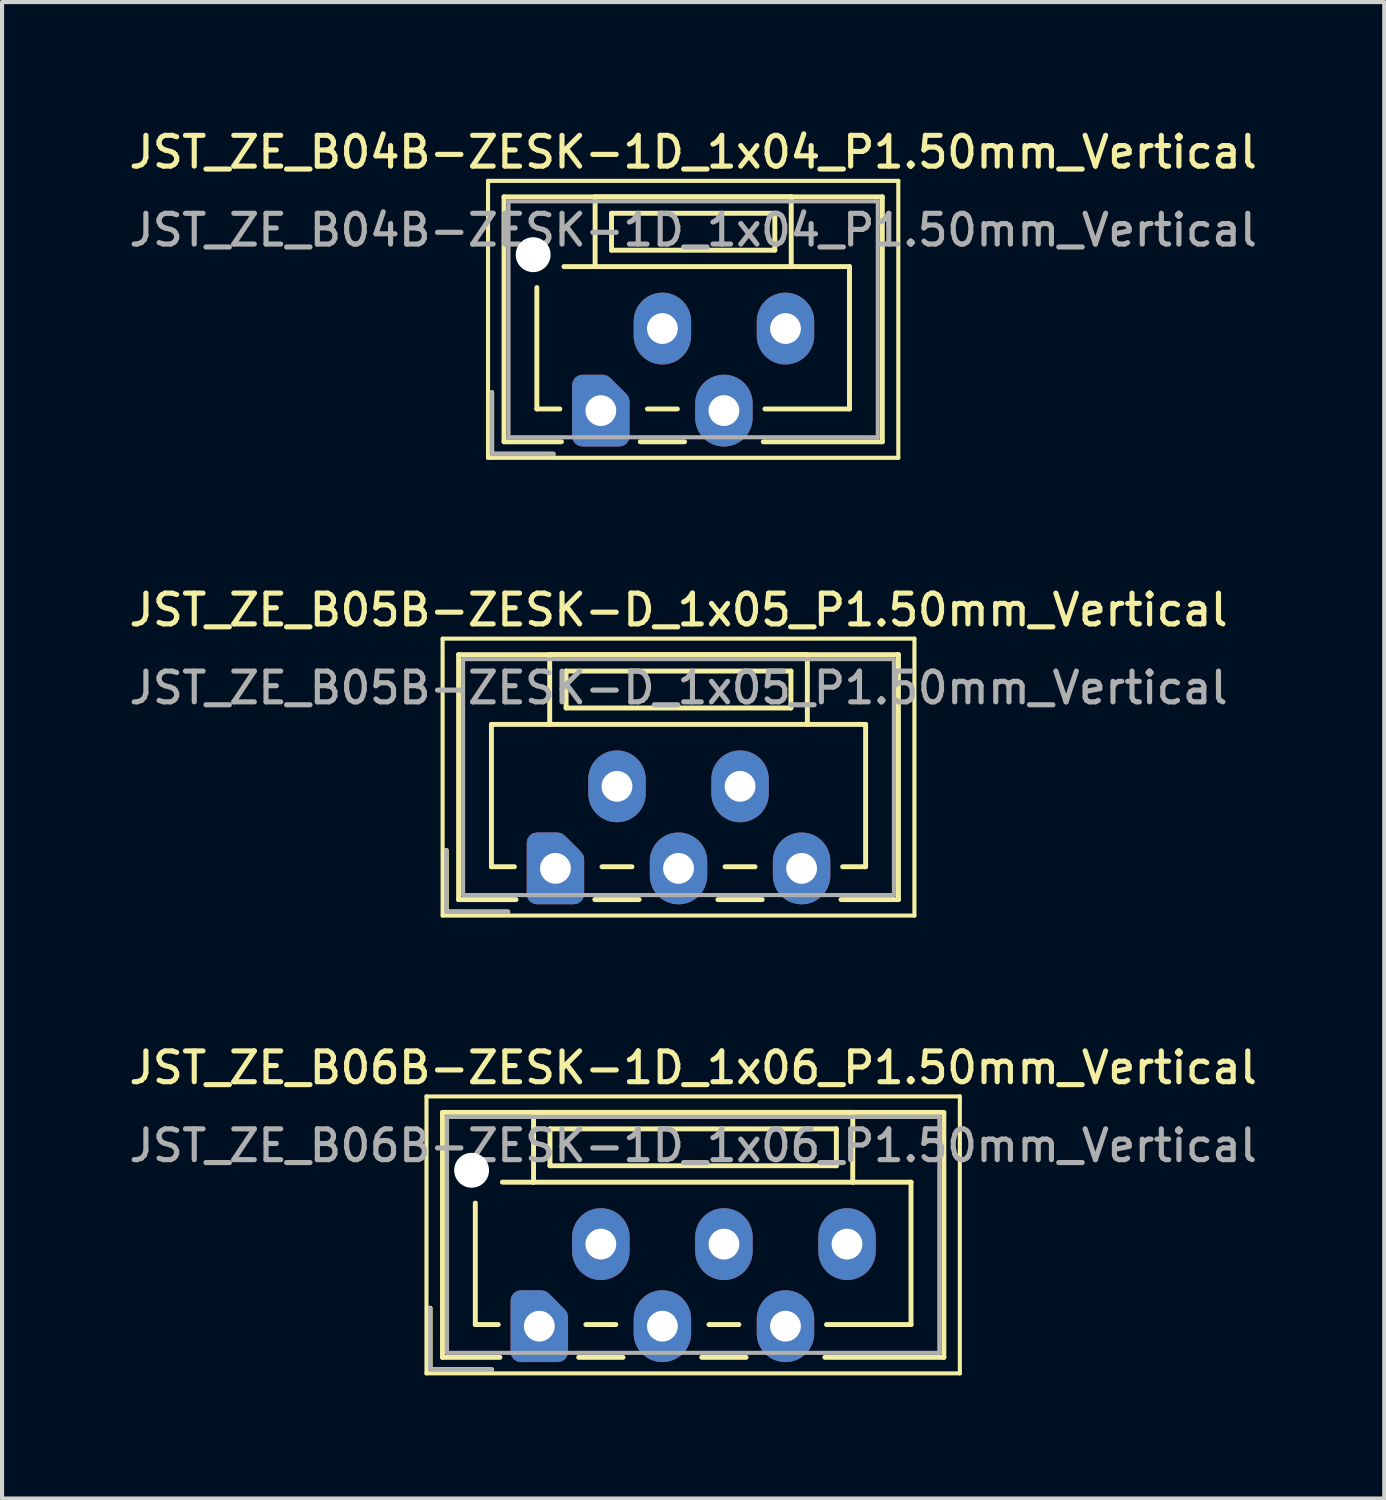
<source format=kicad_pcb>
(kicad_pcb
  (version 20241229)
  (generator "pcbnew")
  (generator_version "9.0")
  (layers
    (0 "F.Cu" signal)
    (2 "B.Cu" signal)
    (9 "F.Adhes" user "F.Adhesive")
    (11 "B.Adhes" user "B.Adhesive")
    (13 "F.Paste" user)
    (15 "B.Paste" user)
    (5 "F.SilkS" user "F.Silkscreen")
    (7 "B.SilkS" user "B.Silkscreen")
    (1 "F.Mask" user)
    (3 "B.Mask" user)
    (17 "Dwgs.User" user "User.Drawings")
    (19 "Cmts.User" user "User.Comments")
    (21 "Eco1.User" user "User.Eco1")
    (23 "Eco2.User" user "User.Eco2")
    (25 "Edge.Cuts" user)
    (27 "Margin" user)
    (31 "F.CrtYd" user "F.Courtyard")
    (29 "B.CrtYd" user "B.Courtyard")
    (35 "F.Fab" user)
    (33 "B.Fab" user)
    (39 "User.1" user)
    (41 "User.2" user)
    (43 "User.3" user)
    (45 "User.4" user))
  (footprint "JST_ZE_B06B-ZESK-1D_1x06_P1.50mm_Vertical"
    (layer "F.Cu")
    (at 10.095 29.274)
    (property "Reference" "JST_ZE_B06B-ZESK-1D_1x06_P1.50mm_Vertical" (at 3.75 -6.3 0) (layer "F.SilkS") (effects (font (size 0.75 0.75) (thickness 0.125))))
    (attr through_hole)
    (fp_line (start -2.75 -5.6) (end -2.75 1.15) (stroke (width 0.1) (type solid)) (layer "F.SilkS"))
    (fp_line (start -2.75 1.15) (end 10.25 1.15) (stroke (width 0.1) (type solid)) (layer "F.SilkS"))
    (fp_line (start -2.66 -0.44) (end -2.66 1.06) (stroke (width 0.12) (type solid)) (layer "F.SilkS"))
    (fp_line (start -2.66 1.06) (end -1.16 1.06) (stroke (width 0.12) (type solid)) (layer "F.SilkS"))
    (fp_line (start -2.36 -5.21) (end 9.86 -5.21) (stroke (width 0.12) (type solid)) (layer "F.SilkS"))
    (fp_line (start -2.36 0.76) (end -2.36 -5.21) (stroke (width 0.12) (type solid)) (layer "F.SilkS"))
    (fp_line (start -1.56 -3) (end -1.56 -0.04) (stroke (width 0.12) (type solid)) (layer "F.SilkS"))
    (fp_line (start -1.56 -0.04) (end -1 -0.04) (stroke (width 0.12) (type solid)) (layer "F.SilkS"))
    (fp_line (start -0.96 0.76) (end -2.36 0.76) (stroke (width 0.12) (type solid)) (layer "F.SilkS"))
    (fp_line (start -0.14 -5.21) (end -0.14 -3.51) (stroke (width 0.12) (type solid)) (layer "F.SilkS"))
    (fp_line (start -0.14 -3.51) (end -0.9 -3.51) (stroke (width 0.12) (type solid)) (layer "F.SilkS"))
    (fp_line (start -0.14 -3.51) (end 7.64 -3.51) (stroke (width 0.12) (type solid)) (layer "F.SilkS"))
    (fp_line (start 0.26 -4.81) (end 0.26 -3.91) (stroke (width 0.12) (type solid)) (layer "F.SilkS"))
    (fp_line (start 0.26 -3.91) (end 7.24 -3.91) (stroke (width 0.12) (type solid)) (layer "F.SilkS"))
    (fp_line (start 0.96 0.76) (end 2.04 0.76) (stroke (width 0.12) (type solid)) (layer "F.SilkS"))
    (fp_line (start 1.135 -0.04) (end 1.865 -0.04) (stroke (width 0.12) (type solid)) (layer "F.SilkS"))
    (fp_line (start 3.96 0.76) (end 5.04 0.76) (stroke (width 0.12) (type solid)) (layer "F.SilkS"))
    (fp_line (start 4.135 -0.04) (end 4.865 -0.04) (stroke (width 0.12) (type solid)) (layer "F.SilkS"))
    (fp_line (start 7.24 -4.81) (end 0.26 -4.81) (stroke (width 0.12) (type solid)) (layer "F.SilkS"))
    (fp_line (start 7.24 -3.91) (end 7.24 -4.81) (stroke (width 0.12) (type solid)) (layer "F.SilkS"))
    (fp_line (start 7.64 -5.21) (end -0.14 -5.21) (stroke (width 0.12) (type solid)) (layer "F.SilkS"))
    (fp_line (start 7.64 -3.51) (end 7.64 -5.21) (stroke (width 0.12) (type solid)) (layer "F.SilkS"))
    (fp_line (start 7.64 -3.51) (end 9.06 -3.51) (stroke (width 0.12) (type solid)) (layer "F.SilkS"))
    (fp_line (start 9.06 -3.51) (end 9.06 -0.04) (stroke (width 0.12) (type solid)) (layer "F.SilkS"))
    (fp_line (start 9.06 -0.04) (end 7 -0.04) (stroke (width 0.12) (type solid)) (layer "F.SilkS"))
    (fp_line (start 9.86 -5.21) (end 9.86 0.76) (stroke (width 0.12) (type solid)) (layer "F.SilkS"))
    (fp_line (start 9.86 0.76) (end 6.96 0.76) (stroke (width 0.12) (type solid)) (layer "F.SilkS"))
    (fp_line (start 10.25 -5.6) (end -2.75 -5.6) (stroke (width 0.1) (type solid)) (layer "F.SilkS"))
    (fp_line (start 10.25 1.15) (end 10.25 -5.6) (stroke (width 0.1) (type solid)) (layer "F.SilkS"))
    (fp_line (start -2.66 -0.44) (end -2.66 1.06) (stroke (width 0.1) (type solid)) (layer "F.Fab"))
    (fp_line (start -2.66 1.06) (end -1.16 1.06) (stroke (width 0.1) (type solid)) (layer "F.Fab"))
    (fp_line (start -2.25 -5.1) (end -2.25 0.65) (stroke (width 0.1) (type solid)) (layer "F.Fab"))
    (fp_line (start -2.25 0.65) (end 9.75 0.65) (stroke (width 0.1) (type solid)) (layer "F.Fab"))
    (fp_line (start 9.75 -5.1) (end -2.25 -5.1) (stroke (width 0.1) (type solid)) (layer "F.Fab"))
    (fp_line (start 9.75 0.65) (end 9.75 -5.1) (stroke (width 0.1) (type solid)) (layer "F.Fab"))
    (fp_text user "${REFERENCE}" (at 3.75 -4.4 0) (layer "F.Fab") (effects (font (size 0.75 0.75) (thickness 0.125))))
    (pad "" np_thru_hole circle (at -1.65 -3.8) (size 0.85 0.85) (drill 0.85) (layers "*.Cu" "*.Mask"))
    (pad "1" thru_hole custom (at 0 0) (size 1.117 1.117) (drill 0.75) (layers "*.Cu" "*.Mask") (options (anchor circle)) (primitives (gr_poly (pts (xy 0.45 -0.225) (xy 0.45 0.625) (xy -0.45 0.625) (xy -0.45 -0.625) (xy 0.05 -0.625)) (width 0.5) (fill yes))))
    (pad "2" thru_hole oval (at 1.5 -2) (size 1.4 1.75) (drill 0.75) (layers "*.Cu" "*.Mask"))
    (pad "3" thru_hole oval (at 3 0) (size 1.4 1.75) (drill 0.75) (layers "*.Cu" "*.Mask"))
    (pad "4" thru_hole oval (at 4.5 -2) (size 1.4 1.75) (drill 0.75) (layers "*.Cu" "*.Mask"))
    (pad "5" thru_hole oval (at 6 0) (size 1.4 1.75) (drill 0.75) (layers "*.Cu" "*.Mask"))
    (pad "6" thru_hole oval (at 7.5 -2) (size 1.4 1.75) (drill 0.75) (layers "*.Cu" "*.Mask")))
  (footprint "JST_ZE_B05B-ZESK-D_1x05_P1.50mm_Vertical"
    (layer "F.Cu")
    (at 10.488 18.116)
    (property "Reference" "JST_ZE_B05B-ZESK-D_1x05_P1.50mm_Vertical" (at 3 -6.3 0) (layer "F.SilkS") (effects (font (size 0.75 0.75) (thickness 0.125))))
    (attr through_hole)
    (fp_line (start -2.75 -5.6) (end -2.75 1.15) (stroke (width 0.1) (type solid)) (layer "F.SilkS"))
    (fp_line (start -2.75 1.15) (end 8.75 1.15) (stroke (width 0.1) (type solid)) (layer "F.SilkS"))
    (fp_line (start -2.66 -0.44) (end -2.66 1.06) (stroke (width 0.12) (type solid)) (layer "F.SilkS"))
    (fp_line (start -2.66 1.06) (end -1.16 1.06) (stroke (width 0.12) (type solid)) (layer "F.SilkS"))
    (fp_line (start -2.36 -5.21) (end 8.36 -5.21) (stroke (width 0.12) (type solid)) (layer "F.SilkS"))
    (fp_line (start -2.36 0.76) (end -2.36 -5.21) (stroke (width 0.12) (type solid)) (layer "F.SilkS"))
    (fp_line (start -1.56 -3.51) (end -1.56 -0.04) (stroke (width 0.12) (type solid)) (layer "F.SilkS"))
    (fp_line (start -1.56 -0.04) (end -1 -0.04) (stroke (width 0.12) (type solid)) (layer "F.SilkS"))
    (fp_line (start -0.96 0.76) (end -2.36 0.76) (stroke (width 0.12) (type solid)) (layer "F.SilkS"))
    (fp_line (start -0.14 -5.21) (end -0.14 -3.51) (stroke (width 0.12) (type solid)) (layer "F.SilkS"))
    (fp_line (start -0.14 -3.51) (end -1.56 -3.51) (stroke (width 0.12) (type solid)) (layer "F.SilkS"))
    (fp_line (start -0.14 -3.51) (end 6.14 -3.51) (stroke (width 0.12) (type solid)) (layer "F.SilkS"))
    (fp_line (start 0.26 -4.81) (end 0.26 -3.91) (stroke (width 0.12) (type solid)) (layer "F.SilkS"))
    (fp_line (start 0.26 -3.91) (end 5.74 -3.91) (stroke (width 0.12) (type solid)) (layer "F.SilkS"))
    (fp_line (start 0.96 0.76) (end 2.04 0.76) (stroke (width 0.12) (type solid)) (layer "F.SilkS"))
    (fp_line (start 1.135 -0.04) (end 1.865 -0.04) (stroke (width 0.12) (type solid)) (layer "F.SilkS"))
    (fp_line (start 3.96 0.76) (end 5.04 0.76) (stroke (width 0.12) (type solid)) (layer "F.SilkS"))
    (fp_line (start 4.135 -0.04) (end 4.865 -0.04) (stroke (width 0.12) (type solid)) (layer "F.SilkS"))
    (fp_line (start 5.74 -4.81) (end 0.26 -4.81) (stroke (width 0.12) (type solid)) (layer "F.SilkS"))
    (fp_line (start 5.74 -3.91) (end 5.74 -4.81) (stroke (width 0.12) (type solid)) (layer "F.SilkS"))
    (fp_line (start 6.14 -5.21) (end -0.14 -5.21) (stroke (width 0.12) (type solid)) (layer "F.SilkS"))
    (fp_line (start 6.14 -3.51) (end 6.14 -5.21) (stroke (width 0.12) (type solid)) (layer "F.SilkS"))
    (fp_line (start 6.14 -3.51) (end 7.56 -3.51) (stroke (width 0.12) (type solid)) (layer "F.SilkS"))
    (fp_line (start 7.56 -3.51) (end 7.56 -0.04) (stroke (width 0.12) (type solid)) (layer "F.SilkS"))
    (fp_line (start 7.56 -0.04) (end 7 -0.04) (stroke (width 0.12) (type solid)) (layer "F.SilkS"))
    (fp_line (start 8.36 -5.21) (end 8.36 0.76) (stroke (width 0.12) (type solid)) (layer "F.SilkS"))
    (fp_line (start 8.36 0.76) (end 6.96 0.76) (stroke (width 0.12) (type solid)) (layer "F.SilkS"))
    (fp_line (start 8.75 -5.6) (end -2.75 -5.6) (stroke (width 0.1) (type solid)) (layer "F.SilkS"))
    (fp_line (start 8.75 1.15) (end 8.75 -5.6) (stroke (width 0.1) (type solid)) (layer "F.SilkS"))
    (fp_line (start -2.66 -0.44) (end -2.66 1.06) (stroke (width 0.1) (type solid)) (layer "F.Fab"))
    (fp_line (start -2.66 1.06) (end -1.16 1.06) (stroke (width 0.1) (type solid)) (layer "F.Fab"))
    (fp_line (start -2.25 -5.1) (end -2.25 0.65) (stroke (width 0.1) (type solid)) (layer "F.Fab"))
    (fp_line (start -2.25 0.65) (end 8.25 0.65) (stroke (width 0.1) (type solid)) (layer "F.Fab"))
    (fp_line (start 8.25 -5.1) (end -2.25 -5.1) (stroke (width 0.1) (type solid)) (layer "F.Fab"))
    (fp_line (start 8.25 0.65) (end 8.25 -5.1) (stroke (width 0.1) (type solid)) (layer "F.Fab"))
    (fp_text user "${REFERENCE}" (at 3 -4.4 0) (layer "F.Fab") (effects (font (size 0.75 0.75) (thickness 0.125))))
    (pad "1" thru_hole custom (at 0 0) (size 1.117 1.117) (drill 0.75) (layers "*.Cu" "*.Mask") (options (anchor circle)) (primitives (gr_poly (pts (xy 0.45 -0.225) (xy 0.45 0.625) (xy -0.45 0.625) (xy -0.45 -0.625) (xy 0.05 -0.625)) (width 0.5) (fill yes))))
    (pad "2" thru_hole oval (at 1.5 -2) (size 1.4 1.75) (drill 0.75) (layers "*.Cu" "*.Mask"))
    (pad "3" thru_hole oval (at 3 0) (size 1.4 1.75) (drill 0.75) (layers "*.Cu" "*.Mask"))
    (pad "4" thru_hole oval (at 4.5 -2) (size 1.4 1.75) (drill 0.75) (layers "*.Cu" "*.Mask"))
    (pad "5" thru_hole oval (at 6 0) (size 1.4 1.75) (drill 0.75) (layers "*.Cu" "*.Mask")))
  (footprint "JST_ZE_B04B-ZESK-1D_1x04_P1.50mm_Vertical"
    (layer "F.Cu")
    (at 11.595 6.958)
    (property "Reference" "JST_ZE_B04B-ZESK-1D_1x04_P1.50mm_Vertical" (at 2.25 -6.3 0) (layer "F.SilkS") (effects (font (size 0.75 0.75) (thickness 0.125))))
    (attr through_hole)
    (fp_line (start -2.75 -5.6) (end -2.75 1.15) (stroke (width 0.1) (type solid)) (layer "F.SilkS"))
    (fp_line (start -2.75 1.15) (end 7.25 1.15) (stroke (width 0.1) (type solid)) (layer "F.SilkS"))
    (fp_line (start -2.66 -0.44) (end -2.66 1.06) (stroke (width 0.12) (type solid)) (layer "F.SilkS"))
    (fp_line (start -2.66 1.06) (end -1.16 1.06) (stroke (width 0.12) (type solid)) (layer "F.SilkS"))
    (fp_line (start -2.36 -5.21) (end 6.86 -5.21) (stroke (width 0.12) (type solid)) (layer "F.SilkS"))
    (fp_line (start -2.36 0.76) (end -2.36 -5.21) (stroke (width 0.12) (type solid)) (layer "F.SilkS"))
    (fp_line (start -1.56 -3) (end -1.56 -0.04) (stroke (width 0.12) (type solid)) (layer "F.SilkS"))
    (fp_line (start -1.56 -0.04) (end -1 -0.04) (stroke (width 0.12) (type solid)) (layer "F.SilkS"))
    (fp_line (start -0.96 0.76) (end -2.36 0.76) (stroke (width 0.12) (type solid)) (layer "F.SilkS"))
    (fp_line (start -0.14 -5.21) (end -0.14 -3.51) (stroke (width 0.12) (type solid)) (layer "F.SilkS"))
    (fp_line (start -0.14 -3.51) (end -0.9 -3.51) (stroke (width 0.12) (type solid)) (layer "F.SilkS"))
    (fp_line (start -0.14 -3.51) (end 4.64 -3.51) (stroke (width 0.12) (type solid)) (layer "F.SilkS"))
    (fp_line (start 0.26 -4.81) (end 0.26 -3.91) (stroke (width 0.12) (type solid)) (layer "F.SilkS"))
    (fp_line (start 0.26 -3.91) (end 4.24 -3.91) (stroke (width 0.12) (type solid)) (layer "F.SilkS"))
    (fp_line (start 0.96 0.76) (end 2.04 0.76) (stroke (width 0.12) (type solid)) (layer "F.SilkS"))
    (fp_line (start 1.135 -0.04) (end 1.865 -0.04) (stroke (width 0.12) (type solid)) (layer "F.SilkS"))
    (fp_line (start 4.24 -4.81) (end 0.26 -4.81) (stroke (width 0.12) (type solid)) (layer "F.SilkS"))
    (fp_line (start 4.24 -3.91) (end 4.24 -4.81) (stroke (width 0.12) (type solid)) (layer "F.SilkS"))
    (fp_line (start 4.64 -5.21) (end -0.14 -5.21) (stroke (width 0.12) (type solid)) (layer "F.SilkS"))
    (fp_line (start 4.64 -3.51) (end 4.64 -5.21) (stroke (width 0.12) (type solid)) (layer "F.SilkS"))
    (fp_line (start 4.64 -3.51) (end 6.06 -3.51) (stroke (width 0.12) (type solid)) (layer "F.SilkS"))
    (fp_line (start 6.06 -3.51) (end 6.06 -0.04) (stroke (width 0.12) (type solid)) (layer "F.SilkS"))
    (fp_line (start 6.06 -0.04) (end 4 -0.04) (stroke (width 0.12) (type solid)) (layer "F.SilkS"))
    (fp_line (start 6.86 -5.21) (end 6.86 0.76) (stroke (width 0.12) (type solid)) (layer "F.SilkS"))
    (fp_line (start 6.86 0.76) (end 3.96 0.76) (stroke (width 0.12) (type solid)) (layer "F.SilkS"))
    (fp_line (start 7.25 -5.6) (end -2.75 -5.6) (stroke (width 0.1) (type solid)) (layer "F.SilkS"))
    (fp_line (start 7.25 1.15) (end 7.25 -5.6) (stroke (width 0.1) (type solid)) (layer "F.SilkS"))
    (fp_line (start -2.66 -0.44) (end -2.66 1.06) (stroke (width 0.1) (type solid)) (layer "F.Fab"))
    (fp_line (start -2.66 1.06) (end -1.16 1.06) (stroke (width 0.1) (type solid)) (layer "F.Fab"))
    (fp_line (start -2.25 -5.1) (end -2.25 0.65) (stroke (width 0.1) (type solid)) (layer "F.Fab"))
    (fp_line (start -2.25 0.65) (end 6.75 0.65) (stroke (width 0.1) (type solid)) (layer "F.Fab"))
    (fp_line (start 6.75 -5.1) (end -2.25 -5.1) (stroke (width 0.1) (type solid)) (layer "F.Fab"))
    (fp_line (start 6.75 0.65) (end 6.75 -5.1) (stroke (width 0.1) (type solid)) (layer "F.Fab"))
    (fp_text user "${REFERENCE}" (at 2.25 -4.4 0) (layer "F.Fab") (effects (font (size 0.75 0.75) (thickness 0.125))))
    (pad "" np_thru_hole circle (at -1.65 -3.8) (size 0.85 0.85) (drill 0.85) (layers "*.Cu" "*.Mask"))
    (pad "1" thru_hole custom (at 0 0) (size 1.117 1.117) (drill 0.75) (layers "*.Cu" "*.Mask") (options (anchor circle)) (primitives (gr_poly (pts (xy 0.45 -0.225) (xy 0.45 0.625) (xy -0.45 0.625) (xy -0.45 -0.625) (xy 0.05 -0.625)) (width 0.5) (fill yes))))
    (pad "2" thru_hole oval (at 1.5 -2) (size 1.4 1.75) (drill 0.75) (layers "*.Cu" "*.Mask"))
    (pad "3" thru_hole oval (at 3 0) (size 1.4 1.75) (drill 0.75) (layers "*.Cu" "*.Mask"))
    (pad "4" thru_hole oval (at 4.5 -2) (size 1.4 1.75) (drill 0.75) (layers "*.Cu" "*.Mask")))
  (gr_rect
    (start -3 -3)
    (end 30.689 33.474)
    (stroke (width 0.1) (type default))
    (fill no)
    (layer "Edge.Cuts")))
</source>
